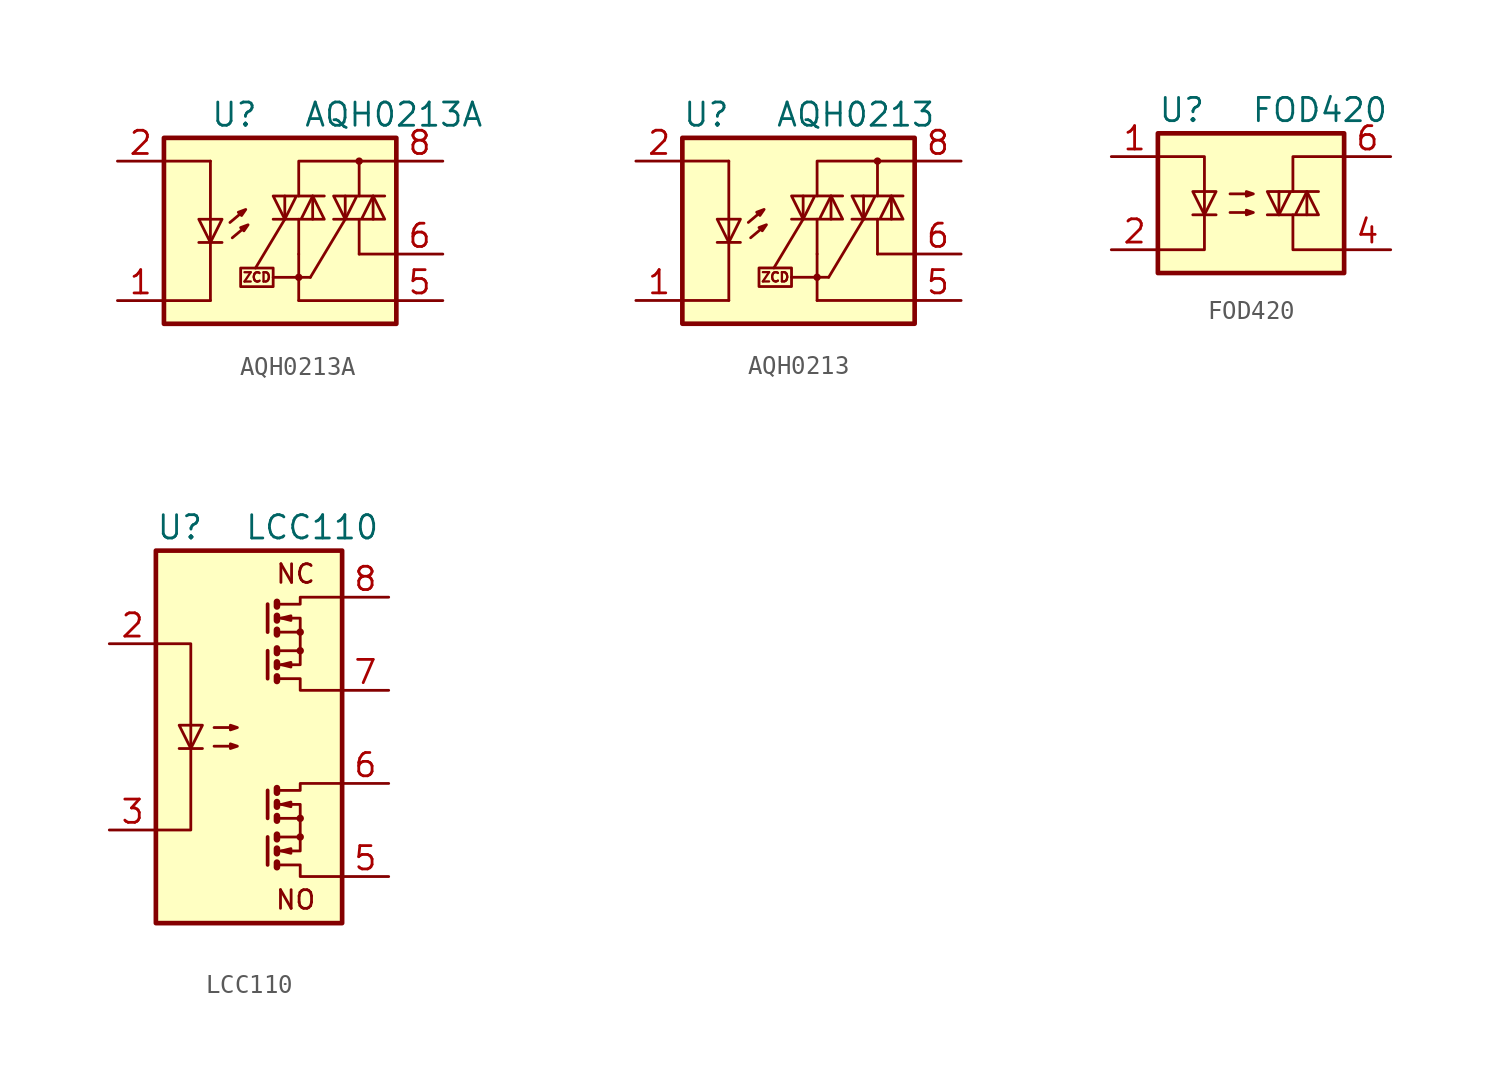
<source format=kicad_sym>
(kicad_symbol_lib
  (version 20200908)
  (generator kicad_symbol_editor)
  (symbol "Relay_SolidState:AQH0213A"
    (property "Reference" "U"
      (at -5.08 5.08 0)
      (effects (font (size 1.27 1.27)) (justify left)))
    (property "Value" "AQH0213A"
      (at 0 5.08 0)
      (effects (font (size 1.27 1.27)) (justify left)))
    (symbol "AQH0213A_1_1"
      (circle (center -0.254 -3.81) (radius 0.127) (stroke (width 0)) (fill (type none)))
      (circle (center 3.048 2.54) (radius 0.127) (stroke (width 0)) (fill (type none)))
      (text "ZCD" (at -2.54 -3.81 0) (effects (font (size 0.508 0.508))))
      (rectangle (start -7.62 3.81) (end 5.08 -6.35) (stroke (width 0.254)) (fill (type background)))
      (rectangle (start -3.429 -3.302) (end -1.651 -4.318) (stroke (width 0)) (fill (type none)))
      (polyline (pts (xy -5.715 -1.905) (xy -4.445 -1.905)) (stroke (width 0)) (fill (type none)))
      (polyline (pts (xy -5.08 -5.08) (xy -7.62 -5.08)) (stroke (width 0)) (fill (type none)))
      (polyline (pts (xy -5.08 -1.905) (xy -5.08 -5.08)) (stroke (width 0)) (fill (type none)))
      (polyline (pts (xy -5.08 -0.635) (xy -5.08 -1.905)) (stroke (width 0)) (fill (type none)))
      (polyline (pts (xy -5.08 -0.635) (xy -5.08 2.54)) (stroke (width 0)) (fill (type none)))
      (polyline (pts (xy -5.08 2.54) (xy -7.493 2.54)) (stroke (width 0)) (fill (type none)))
      (polyline (pts (xy -3.378 -0.279) (xy -4.013 -0.813)) (stroke (width 0)) (fill (type none)))
      (polyline (pts (xy -3.251 -1.118) (xy -3.886 -1.651)) (stroke (width 0)) (fill (type none)))
      (polyline (pts (xy -1.651 -3.81) (xy -0.254 -3.81)) (stroke (width 0)) (fill (type none)))
      (polyline (pts (xy -1.016 -0.635) (xy -2.616 -3.302)) (stroke (width 0)) (fill (type none)))
      (polyline (pts (xy -1.016 -0.635) (xy -1.016 0.635)) (stroke (width 0)) (fill (type none)))
      (polyline (pts (xy -0.254 -3.81) (xy 0.381 -3.81)) (stroke (width 0)) (fill (type none)))
      (polyline (pts (xy -0.254 -2.54) (xy -0.254 -5.08)) (stroke (width 0)) (fill (type none)))
      (polyline (pts (xy -0.254 -2.54) (xy -0.254 -0.635)) (stroke (width 0)) (fill (type none)))
      (polyline (pts (xy 0.381 -3.81) (xy 2.286 -0.635)) (stroke (width 0)) (fill (type none)))
      (polyline (pts (xy 0.508 0.635) (xy 0.508 -0.635)) (stroke (width 0)) (fill (type none)))
      (polyline (pts (xy 2.286 -0.635) (xy 2.286 0.635)) (stroke (width 0)) (fill (type none)))
      (polyline (pts (xy 3.048 2.54) (xy 3.048 0.635)) (stroke (width 0)) (fill (type none)))
      (polyline (pts (xy 3.81 0.635) (xy 3.81 -0.635)) (stroke (width 0)) (fill (type none)))
      (polyline (pts (xy 5.08 -5.08) (xy -0.254 -5.08)) (stroke (width 0)) (fill (type none)))
      (polyline (pts (xy 5.08 2.54) (xy 3.048 2.54)) (stroke (width 0)) (fill (type none)))
      (polyline (pts (xy 3.048 2.54) (xy -0.254 2.54) (xy -0.254 0.635)) (stroke (width 0)) (fill (type none)))
      (polyline (pts (xy -5.08 -1.905) (xy -5.715 -0.635) (xy -4.445 -0.635) (xy -5.08 -1.905)) (stroke (width 0)) (fill (type none)))
      (polyline (pts (xy -3.556 -0.254) (xy -3.378 -0.432) (xy -3.15 -0.102) (xy -3.556 -0.254)) (stroke (width 0)) (fill (type none)))
      (polyline (pts (xy -3.429 -1.092) (xy -3.251 -1.27) (xy -3.023 -0.94) (xy -3.429 -1.092)) (stroke (width 0)) (fill (type none)))
      (polyline (pts (xy -1.651 -0.635) (xy 1.143 -0.635) (xy 0.508 0.635) (xy -0.127 -0.635)) (stroke (width 0)) (fill (type none)))
      (polyline (pts (xy 1.143 0.635) (xy -1.651 0.635) (xy -1.016 -0.635) (xy -0.381 0.635)) (stroke (width 0)) (fill (type none)))
      (polyline (pts (xy 1.651 -0.635) (xy 4.445 -0.635) (xy 3.81 0.635) (xy 3.175 -0.635)) (stroke (width 0)) (fill (type none)))
      (polyline (pts (xy 4.445 0.635) (xy 1.651 0.635) (xy 2.286 -0.635) (xy 2.921 0.635)) (stroke (width 0)) (fill (type none)))
      (pin passive line (at -10.16 -5.08 0) (length 2.54) (name "~" (effects (font (size 1.27 1.27)))) (number "1" (effects (font (size 1.27 1.27)))))
      (pin passive line (at -10.16 2.54 0) (length 2.54) (name "~" (effects (font (size 1.27 1.27)))) (number "2" (effects (font (size 1.27 1.27)))))
      (pin passive line (at -10.16 -5.08 0) (length 2.54) hide (name "~" (effects (font (size 1.27 1.27)))) (number "3" (effects (font (size 1.27 1.27)))))
      (pin passive line (at -10.16 -5.08 0) (length 2.54) hide (name "~" (effects (font (size 1.27 1.27)))) (number "4" (effects (font (size 1.27 1.27)))))
      (pin passive line (at 7.62 -5.08 180) (length 2.54) (name "~" (effects (font (size 1.27 1.27)))) (number "5" (effects (font (size 1.27 1.27)))))
      (pin passive line (at 7.62 -2.54 180) (length 2.54) (name "~" (effects (font (size 1.27 1.27)))) (number "6" (effects (font (size 1.27 1.27)))))
      (pin passive line (at 7.62 2.54 180) (length 2.54) (name "~" (effects (font (size 1.27 1.27)))) (number "8" (effects (font (size 1.27 1.27))))))
    (symbol "AQH0213A_0_1"
      (polyline (pts (xy 3.048 -2.54) (xy 5.08 -2.54)) (stroke (width 0)) (fill (type none)))
      (polyline (pts (xy 3.048 -0.635) (xy 3.048 -2.54)) (stroke (width 0)) (fill (type none)))))
  (symbol "Relay_SolidState:AQH0213"
    (property "Reference" "U"
      (at -7.62 5.08 0)
      (effects (font (size 1.27 1.27)) (justify left)))
    (property "Value" "AQH0213"
      (at -2.54 5.08 0)
      (effects (font (size 1.27 1.27)) (justify left)))
    (symbol "AQH0213_1_1"
      (circle (center -0.254 -3.81) (radius 0.127) (stroke (width 0)) (fill (type none)))
      (circle (center 3.048 2.54) (radius 0.127) (stroke (width 0)) (fill (type none)))
      (polyline (pts (xy -3.378 -0.279) (xy -4.013 -0.813)) (stroke (width 0)) (fill (type none)))
      (polyline (pts (xy 2.286 -0.635) (xy 2.286 0.635)) (stroke (width 0)) (fill (type none)))
      (polyline (pts (xy 3.81 0.635) (xy 3.81 -0.635)) (stroke (width 0)) (fill (type none)))
      (polyline (pts (xy -3.556 -0.254) (xy -3.378 -0.432) (xy -3.15 -0.102) (xy -3.556 -0.254)) (stroke (width 0)) (fill (type none)))
      (polyline (pts (xy 1.651 -0.635) (xy 4.445 -0.635) (xy 3.81 0.635) (xy 3.175 -0.635)) (stroke (width 0)) (fill (type none)))
      (polyline (pts (xy 4.445 0.635) (xy 1.651 0.635) (xy 2.286 -0.635) (xy 2.921 0.635)) (stroke (width 0)) (fill (type none)))
      (pin passive line (at -10.16 -5.08 0) (length 2.54) (name "~" (effects (font (size 1.27 1.27)))) (number "1" (effects (font (size 1.27 1.27)))))
      (pin passive line (at -10.16 2.54 0) (length 2.54) (name "~" (effects (font (size 1.27 1.27)))) (number "2" (effects (font (size 1.27 1.27)))))
      (pin passive line (at -10.16 -5.08 0) (length 2.54) hide (name "~" (effects (font (size 1.27 1.27)))) (number "3" (effects (font (size 1.27 1.27)))))
      (pin passive line (at -10.16 -5.08 0) (length 2.54) hide (name "~" (effects (font (size 1.27 1.27)))) (number "4" (effects (font (size 1.27 1.27)))))
      (pin passive line (at 7.62 -5.08 180) (length 2.54) (name "~" (effects (font (size 1.27 1.27)))) (number "5" (effects (font (size 1.27 1.27)))))
      (pin passive line (at 7.62 -2.54 180) (length 2.54) (name "~" (effects (font (size 1.27 1.27)))) (number "6" (effects (font (size 1.27 1.27)))))
      (pin passive line (at 7.62 2.54 180) (length 2.54) (name "~" (effects (font (size 1.27 1.27)))) (number "8" (effects (font (size 1.27 1.27))))))
    (symbol "AQH0213_0_0"
      (text "ZCD" (at -2.54 -3.81 0) (effects (font (size 0.508 0.508))))
      (rectangle (start -3.429 -3.302) (end -1.651 -4.318) (stroke (width 0)) (fill (type none))))
    (symbol "AQH0213_0_1"
      (rectangle (start -7.62 3.81) (end 5.08 -6.35) (stroke (width 0.254)) (fill (type background)))
      (polyline (pts (xy -5.715 -1.905) (xy -4.445 -1.905)) (stroke (width 0)) (fill (type none)))
      (polyline (pts (xy -5.08 -5.08) (xy -7.62 -5.08)) (stroke (width 0)) (fill (type none)))
      (polyline (pts (xy -5.08 -1.905) (xy -5.08 -5.08)) (stroke (width 0)) (fill (type none)))
      (polyline (pts (xy -5.08 -0.635) (xy -5.08 -1.905)) (stroke (width 0)) (fill (type none)))
      (polyline (pts (xy -5.08 -0.635) (xy -5.08 2.54)) (stroke (width 0)) (fill (type none)))
      (polyline (pts (xy -5.08 2.54) (xy -7.493 2.54)) (stroke (width 0)) (fill (type none)))
      (polyline (pts (xy -3.251 -1.118) (xy -3.886 -1.651)) (stroke (width 0)) (fill (type none)))
      (polyline (pts (xy -1.651 -3.81) (xy -0.254 -3.81)) (stroke (width 0)) (fill (type none)))
      (polyline (pts (xy -1.016 -0.635) (xy -2.616 -3.302)) (stroke (width 0)) (fill (type none)))
      (polyline (pts (xy -1.016 -0.635) (xy -1.016 0.635)) (stroke (width 0)) (fill (type none)))
      (polyline (pts (xy -0.254 -3.81) (xy 0.381 -3.81)) (stroke (width 0)) (fill (type none)))
      (polyline (pts (xy -0.254 -2.54) (xy -0.254 -5.08)) (stroke (width 0)) (fill (type none)))
      (polyline (pts (xy -0.254 -2.54) (xy -0.254 -0.635)) (stroke (width 0)) (fill (type none)))
      (polyline (pts (xy 0.381 -3.81) (xy 2.286 -0.635)) (stroke (width 0)) (fill (type none)))
      (polyline (pts (xy 0.508 0.635) (xy 0.508 -0.635)) (stroke (width 0)) (fill (type none)))
      (polyline (pts (xy 3.048 -2.54) (xy 5.08 -2.54)) (stroke (width 0)) (fill (type none)))
      (polyline (pts (xy 3.048 -0.635) (xy 3.048 -2.54)) (stroke (width 0)) (fill (type none)))
      (polyline (pts (xy 3.048 2.54) (xy 3.048 0.635)) (stroke (width 0)) (fill (type none)))
      (polyline (pts (xy 5.08 -5.08) (xy -0.254 -5.08)) (stroke (width 0)) (fill (type none)))
      (polyline (pts (xy 5.08 2.54) (xy 3.048 2.54)) (stroke (width 0)) (fill (type none)))
      (polyline (pts (xy 3.048 2.54) (xy -0.254 2.54) (xy -0.254 0.635)) (stroke (width 0)) (fill (type none)))
      (polyline (pts (xy -5.08 -1.905) (xy -5.715 -0.635) (xy -4.445 -0.635) (xy -5.08 -1.905)) (stroke (width 0)) (fill (type none)))
      (polyline (pts (xy -3.429 -1.092) (xy -3.251 -1.27) (xy -3.023 -0.94) (xy -3.429 -1.092)) (stroke (width 0)) (fill (type none)))
      (polyline (pts (xy -1.651 -0.635) (xy 1.143 -0.635) (xy 0.508 0.635) (xy -0.127 -0.635)) (stroke (width 0)) (fill (type none)))
      (polyline (pts (xy 1.143 0.635) (xy -1.651 0.635) (xy -1.016 -0.635) (xy -0.381 0.635)) (stroke (width 0)) (fill (type none)))))
  (symbol "Relay_SolidState:FOD420"
    (property "Reference" "U"
      (at -5.08 5.08 0)
      (effects (font (size 1.27 1.27)) (justify left)))
    (property "Value" "FOD420"
      (at 0 5.08 0)
      (effects (font (size 1.27 1.27)) (justify left)))
    (symbol "FOD420_0_1"
      (rectangle (start -5.08 3.81) (end 5.08 -3.81) (stroke (width 0.254)) (fill (type background)))
      (polyline (pts (xy -3.175 -0.635) (xy -1.905 -0.635)) (stroke (width 0)) (fill (type none)))
      (polyline (pts (xy 1.524 -0.635) (xy 1.524 0.635)) (stroke (width 0)) (fill (type none)))
      (polyline (pts (xy 3.048 0.635) (xy 3.048 -0.635)) (stroke (width 0)) (fill (type none)))
      (polyline (pts (xy 2.286 -0.635) (xy 2.286 -2.54) (xy 5.08 -2.54)) (stroke (width 0)) (fill (type none)))
      (polyline (pts (xy 2.286 0.635) (xy 2.286 2.54) (xy 5.08 2.54)) (stroke (width 0)) (fill (type none)))
      (polyline (pts (xy -5.08 2.54) (xy -2.54 2.54) (xy -2.54 -2.54) (xy -5.08 -2.54)) (stroke (width 0)) (fill (type none)))
      (polyline (pts (xy -2.54 -0.635) (xy -3.175 0.635) (xy -1.905 0.635) (xy -2.54 -0.635)) (stroke (width 0)) (fill (type none)))
      (polyline (pts (xy 0.889 -0.635) (xy 3.683 -0.635) (xy 3.048 0.635) (xy 2.413 -0.635)) (stroke (width 0)) (fill (type none)))
      (polyline (pts (xy 3.683 0.635) (xy 0.889 0.635) (xy 1.524 -0.635) (xy 2.159 0.635)) (stroke (width 0)) (fill (type none)))
      (polyline (pts (xy -1.143 -0.508) (xy 0.127 -0.508) (xy -0.254 -0.635) (xy -0.254 -0.381) (xy 0.127 -0.508)) (stroke (width 0)) (fill (type none)))
      (polyline (pts (xy -1.143 0.508) (xy 0.127 0.508) (xy -0.254 0.381) (xy -0.254 0.635) (xy 0.127 0.508)) (stroke (width 0)) (fill (type none))))
    (symbol "FOD420_1_1"
      (pin passive line (at -7.62 2.54 0) (length 2.54) (name "~" (effects (font (size 1.27 1.27)))) (number "1" (effects (font (size 1.27 1.27)))))
      (pin passive line (at -7.62 -2.54 0) (length 2.54) (name "~" (effects (font (size 1.27 1.27)))) (number "2" (effects (font (size 1.27 1.27)))))
      (pin unconnected line (at -5.08 0 0) (length 2.54) hide (name "NC" (effects (font (size 1.27 1.27)))) (number "3" (effects (font (size 1.27 1.27)))))
      (pin passive line (at 7.62 -2.54 180) (length 2.54) (name "~" (effects (font (size 1.27 1.27)))) (number "4" (effects (font (size 1.27 1.27)))))
      (pin unconnected line (at 5.08 0 180) (length 2.54) hide (name "NC" (effects (font (size 1.27 1.27)))) (number "5" (effects (font (size 1.27 1.27)))))
      (pin passive line (at 7.62 2.54 180) (length 2.54) (name "~" (effects (font (size 1.27 1.27)))) (number "6" (effects (font (size 1.27 1.27)))))))
  (symbol "Relay_SolidState:LCC110"
    (property "Reference" "U"
      (at -5.08 11.43 0)
      (effects (font (size 1.27 1.27)) (justify left)))
    (property "Value" "LCC110"
      (at -0.254 11.43 0)
      (effects (font (size 1.27 1.27)) (justify left)))
    (symbol "LCC110_0_1"
      (circle (center 2.794 -5.461) (radius 0.127) (stroke (width 0)) (fill (type none)))
      (circle (center 2.794 -4.445) (radius 0.127) (stroke (width 0)) (fill (type none)))
      (circle (center 2.794 4.699) (radius 0.127) (stroke (width 0)) (fill (type none)))
      (circle (center 2.794 5.715) (radius 0.127) (stroke (width 0)) (fill (type none)))
      (rectangle (start 5.08 -10.16) (end -5.08 10.16) (stroke (width 0.254)) (fill (type background)))
      (polyline (pts (xy -3.81 -0.635) (xy -2.54 -0.635)) (stroke (width 0)) (fill (type none)))
      (polyline (pts (xy 1.016 -5.461) (xy 1.016 -6.985)) (stroke (width 0.203)) (fill (type none)))
      (polyline (pts (xy 1.016 -2.921) (xy 1.016 -4.445)) (stroke (width 0.203)) (fill (type none)))
      (polyline (pts (xy 1.016 4.699) (xy 1.016 3.175)) (stroke (width 0.203)) (fill (type none)))
      (polyline (pts (xy 1.016 7.239) (xy 1.016 5.715)) (stroke (width 0.203)) (fill (type none)))
      (polyline (pts (xy 1.524 -6.858) (xy 1.524 -7.112) (xy 1.524 -7.112)) (stroke (width 0.356)) (fill (type none)))
      (polyline (pts (xy 1.524 -6.096) (xy 1.524 -6.35) (xy 1.524 -6.35)) (stroke (width 0.356)) (fill (type none)))
      (polyline (pts (xy 1.524 -5.334) (xy 1.524 -5.588) (xy 1.524 -5.588)) (stroke (width 0.356)) (fill (type none)))
      (polyline (pts (xy 1.524 -4.318) (xy 1.524 -4.572) (xy 1.524 -4.572)) (stroke (width 0.356)) (fill (type none)))
      (polyline (pts (xy 1.524 -3.556) (xy 1.524 -3.81) (xy 1.524 -3.81)) (stroke (width 0.356)) (fill (type none)))
      (polyline (pts (xy 1.524 -2.794) (xy 1.524 -3.048) (xy 1.524 -3.048)) (stroke (width 0.356)) (fill (type none)))
      (polyline (pts (xy 1.524 3.302) (xy 1.524 3.048) (xy 1.524 3.048)) (stroke (width 0.356)) (fill (type none)))
      (polyline (pts (xy 1.524 4.064) (xy 1.524 3.81) (xy 1.524 3.81)) (stroke (width 0.356)) (fill (type none)))
      (polyline (pts (xy 1.524 4.826) (xy 1.524 4.572) (xy 1.524 4.572)) (stroke (width 0.356)) (fill (type none)))
      (polyline (pts (xy 1.524 5.842) (xy 1.524 5.588) (xy 1.524 5.588)) (stroke (width 0.356)) (fill (type none)))
      (polyline (pts (xy 1.524 6.604) (xy 1.524 6.35) (xy 1.524 6.35)) (stroke (width 0.356)) (fill (type none)))
      (polyline (pts (xy 1.524 7.366) (xy 1.524 7.112) (xy 1.524 7.112)) (stroke (width 0.356)) (fill (type none)))
      (polyline (pts (xy 1.651 -3.683) (xy 2.794 -3.683) (xy 2.794 -4.445)) (stroke (width 0)) (fill (type none)))
      (polyline (pts (xy 1.651 6.477) (xy 2.794 6.477) (xy 2.794 5.715)) (stroke (width 0)) (fill (type none)))
      (polyline (pts (xy -5.08 5.08) (xy -3.175 5.08) (xy -3.175 -5.08) (xy -5.08 -5.08)) (stroke (width 0)) (fill (type none)))
      (polyline (pts (xy -3.175 -0.635) (xy -3.81 0.635) (xy -2.54 0.635) (xy -3.175 -0.635)) (stroke (width 0)) (fill (type none)))
      (polyline (pts (xy 1.651 -2.921) (xy 2.794 -2.921) (xy 2.794 -2.54) (xy 5.08 -2.54)) (stroke (width 0)) (fill (type none)))
      (polyline (pts (xy 1.651 7.239) (xy 2.794 7.239) (xy 2.794 7.62) (xy 5.08 7.62)) (stroke (width 0)) (fill (type none)))
      (polyline (pts (xy 1.778 -6.223) (xy 2.286 -6.096) (xy 2.286 -6.35) (xy 1.778 -6.223)) (stroke (width 0)) (fill (type none)))
      (polyline (pts (xy 1.778 -3.683) (xy 2.286 -3.556) (xy 2.286 -3.81) (xy 1.778 -3.683)) (stroke (width 0)) (fill (type none)))
      (polyline (pts (xy 1.778 3.937) (xy 2.286 4.064) (xy 2.286 3.81) (xy 1.778 3.937)) (stroke (width 0)) (fill (type none)))
      (polyline (pts (xy 1.778 6.477) (xy 2.286 6.604) (xy 2.286 6.35) (xy 1.778 6.477)) (stroke (width 0)) (fill (type none)))
      (polyline (pts (xy -1.905 -0.508) (xy -0.635 -0.508) (xy -1.016 -0.635) (xy -1.016 -0.381) (xy -0.635 -0.508)) (stroke (width 0)) (fill (type none)))
      (polyline (pts (xy -1.905 0.508) (xy -0.635 0.508) (xy -1.016 0.381) (xy -1.016 0.635) (xy -0.635 0.508)) (stroke (width 0)) (fill (type none))))
    (symbol "LCC110_0_0"
      (text "NC" (at 2.54 8.89 0) (effects (font (size 1.016 1.016))))
      (text "NO" (at 2.54 -8.89 0) (effects (font (size 1.016 1.016)))))
    (symbol "LCC110_1_1"
      (polyline (pts (xy 1.524 -6.223) (xy 2.794 -6.223) (xy 2.794 -5.461)) (stroke (width 0)) (fill (type none)))
      (polyline (pts (xy 1.524 3.937) (xy 2.794 3.937) (xy 2.794 4.699)) (stroke (width 0)) (fill (type none)))
      (polyline (pts (xy 1.524 -6.985) (xy 2.794 -6.985) (xy 2.794 -7.62) (xy 5.08 -7.62)) (stroke (width 0)) (fill (type none)))
      (polyline (pts (xy 1.524 -4.445) (xy 2.794 -4.445) (xy 2.794 -5.461) (xy 1.524 -5.461)) (stroke (width 0)) (fill (type none)))
      (polyline (pts (xy 1.524 3.175) (xy 2.794 3.175) (xy 2.794 2.54) (xy 5.08 2.54)) (stroke (width 0)) (fill (type none)))
      (polyline (pts (xy 1.524 5.715) (xy 2.794 5.715) (xy 2.794 4.699) (xy 1.524 4.699)) (stroke (width 0)) (fill (type none)))
      (pin unconnected line (at -5.08 7.62 0) (length 2.54) hide (name "nc" (effects (font (size 1.27 1.27)))) (number "1" (effects (font (size 1.27 1.27)))))
      (pin passive line (at -7.62 5.08 0) (length 2.54) (name "~" (effects (font (size 1.27 1.27)))) (number "2" (effects (font (size 1.27 1.27)))))
      (pin passive line (at -7.62 -5.08 0) (length 2.54) (name "~" (effects (font (size 1.27 1.27)))) (number "3" (effects (font (size 1.27 1.27)))))
      (pin unconnected line (at -5.08 -7.62 0) (length 2.54) hide (name "nc" (effects (font (size 1.27 1.27)))) (number "4" (effects (font (size 1.27 1.27)))))
      (pin passive line (at 7.62 -7.62 180) (length 2.54) (name "~" (effects (font (size 1.27 1.27)))) (number "5" (effects (font (size 1.27 1.27)))))
      (pin passive line (at 7.62 -2.54 180) (length 2.54) (name "~" (effects (font (size 1.27 1.27)))) (number "6" (effects (font (size 1.27 1.27)))))
      (pin passive line (at 7.62 2.54 180) (length 2.54) (name "~" (effects (font (size 1.27 1.27)))) (number "7" (effects (font (size 1.27 1.27)))))
      (pin passive line (at 7.62 7.62 180) (length 2.54) (name "~" (effects (font (size 1.27 1.27)))) (number "8" (effects (font (size 1.27 1.27))))))))
</source>
